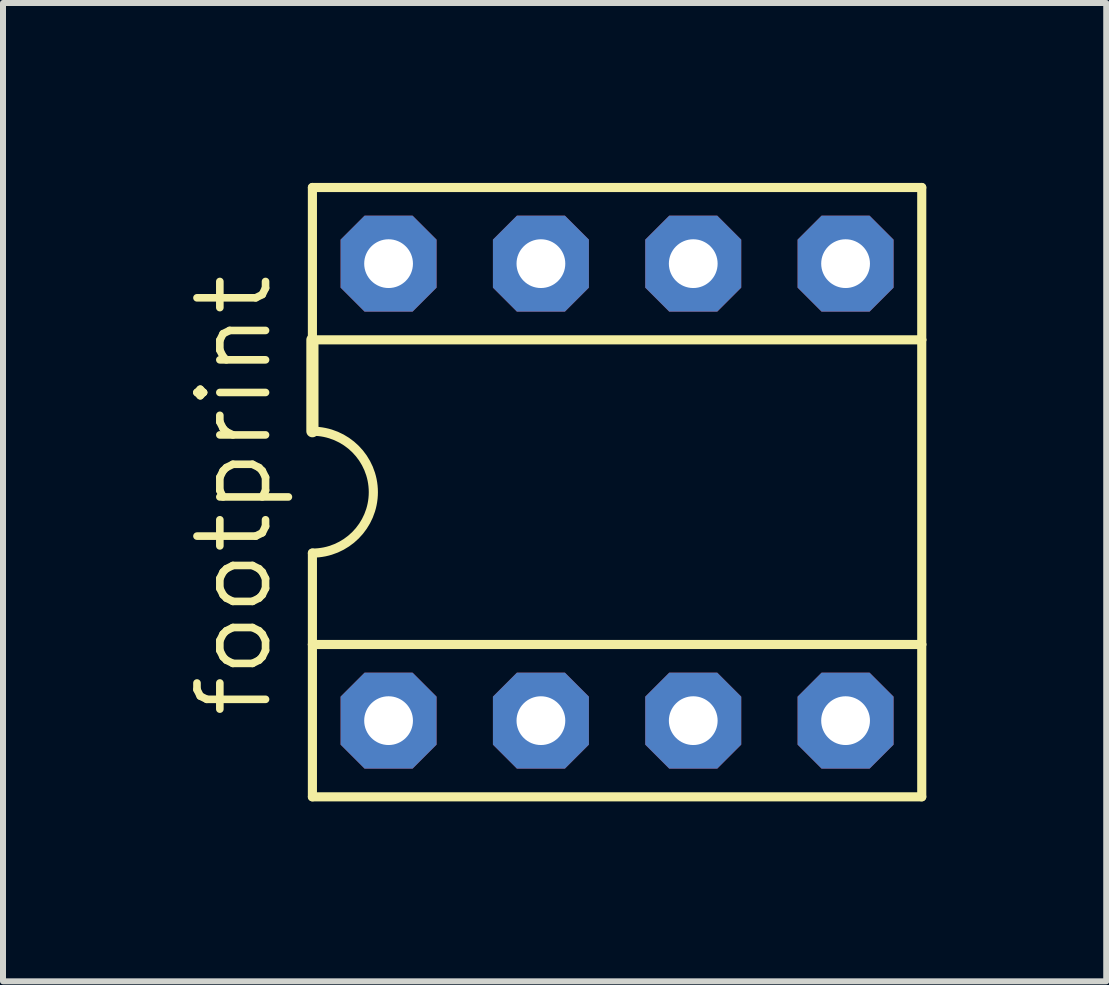
<source format=kicad_pcb>
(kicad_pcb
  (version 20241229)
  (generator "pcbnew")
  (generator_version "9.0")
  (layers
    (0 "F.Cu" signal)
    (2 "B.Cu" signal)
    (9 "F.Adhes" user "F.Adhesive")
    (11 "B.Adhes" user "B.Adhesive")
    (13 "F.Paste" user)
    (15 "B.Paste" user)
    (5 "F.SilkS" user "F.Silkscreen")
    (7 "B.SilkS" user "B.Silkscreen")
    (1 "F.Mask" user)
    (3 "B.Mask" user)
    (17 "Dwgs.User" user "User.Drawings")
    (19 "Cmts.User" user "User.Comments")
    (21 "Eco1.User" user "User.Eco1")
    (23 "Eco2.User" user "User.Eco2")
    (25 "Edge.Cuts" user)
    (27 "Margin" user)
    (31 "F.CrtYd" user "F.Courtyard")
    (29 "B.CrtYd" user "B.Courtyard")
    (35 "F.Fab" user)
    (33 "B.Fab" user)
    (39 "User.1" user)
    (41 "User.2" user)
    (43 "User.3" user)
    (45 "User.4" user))
  (footprint "footprint"
    (layer "F.Cu")
    (at 7.239 5.156)
    (property "Reference" "footprint" (at -5.715 3.81 90) (layer "F.SilkS") (effects (font (size 1.143 1.143) (thickness 0.127)) (justify left bottom)))
    (fp_line (start -5.08 -5.08) (end -5.08 -2.54) (stroke (width 0.152) (type solid)) (layer "F.SilkS"))
    (fp_line (start -5.08 -2.54) (end -5.08 -1.016) (stroke (width 0.203) (type solid)) (layer "F.SilkS"))
    (fp_line (start -5.08 -2.54) (end 5.08 -2.54) (stroke (width 0.152) (type solid)) (layer "F.SilkS"))
    (fp_line (start -5.08 2.54) (end -5.08 1.016) (stroke (width 0.152) (type solid)) (layer "F.SilkS"))
    (fp_line (start -5.08 2.54) (end 5.08 2.54) (stroke (width 0.152) (type solid)) (layer "F.SilkS"))
    (fp_line (start -5.08 5.08) (end -5.08 2.54) (stroke (width 0.152) (type solid)) (layer "F.SilkS"))
    (fp_line (start -5.08 5.08) (end 5.08 5.08) (stroke (width 0.152) (type solid)) (layer "F.SilkS"))
    (fp_line (start 5.08 -5.08) (end -5.08 -5.08) (stroke (width 0.152) (type solid)) (layer "F.SilkS"))
    (fp_line (start 5.08 -5.08) (end 5.08 -2.54) (stroke (width 0.152) (type solid)) (layer "F.SilkS"))
    (fp_line (start 5.08 -2.54) (end 5.08 2.54) (stroke (width 0.152) (type solid)) (layer "F.SilkS"))
    (fp_line (start 5.08 2.54) (end 5.08 5.08) (stroke (width 0.152) (type solid)) (layer "F.SilkS"))
    (fp_arc (start -5.08 -1.016) (mid -4.064 0) (end -5.08 1.016) (stroke (width 0.1524) (type solid)) (layer "F.SilkS"))
    (pad "1" thru_hole roundrect (at -3.81 3.81) (size 1.6 1.6) (drill 0.813) (layers "*.Cu" "*.Mask") (roundrect_rratio 0.25) (chamfer_ratio 0.25) (chamfer top_left top_right bottom_left bottom_right))
    (pad "2" thru_hole roundrect (at -1.27 3.81) (size 1.6 1.6) (drill 0.813) (layers "*.Cu" "*.Mask") (roundrect_rratio 0.25) (chamfer_ratio 0.25) (chamfer top_left top_right bottom_left bottom_right))
    (pad "3" thru_hole roundrect (at 1.27 3.81) (size 1.6 1.6) (drill 0.813) (layers "*.Cu" "*.Mask") (roundrect_rratio 0.25) (chamfer_ratio 0.25) (chamfer top_left top_right bottom_left bottom_right))
    (pad "4" thru_hole roundrect (at 3.81 3.81) (size 1.6 1.6) (drill 0.813) (layers "*.Cu" "*.Mask") (roundrect_rratio 0.25) (chamfer_ratio 0.25) (chamfer top_left top_right bottom_left bottom_right))
    (pad "5" thru_hole roundrect (at 3.81 -3.81) (size 1.6 1.6) (drill 0.813) (layers "*.Cu" "*.Mask") (roundrect_rratio 0.25) (chamfer_ratio 0.25) (chamfer top_left top_right bottom_left bottom_right))
    (pad "6" thru_hole roundrect (at 1.27 -3.81) (size 1.6 1.6) (drill 0.813) (layers "*.Cu" "*.Mask") (roundrect_rratio 0.25) (chamfer_ratio 0.25) (chamfer top_left top_right bottom_left bottom_right))
    (pad "7" thru_hole roundrect (at -1.27 -3.81) (size 1.6 1.6) (drill 0.813) (layers "*.Cu" "*.Mask") (roundrect_rratio 0.25) (chamfer_ratio 0.25) (chamfer top_left top_right bottom_left bottom_right))
    (pad "8" thru_hole roundrect (at -3.81 -3.81) (size 1.6 1.6) (drill 0.813) (layers "*.Cu" "*.Mask") (roundrect_rratio 0.25) (chamfer_ratio 0.25) (chamfer top_left top_right bottom_left bottom_right)))
  (gr_rect
    (start -3 -3)
    (end 15.395 13.312)
    (stroke (width 0.1) (type default))
    (fill no)
    (layer "Edge.Cuts")))
</source>
